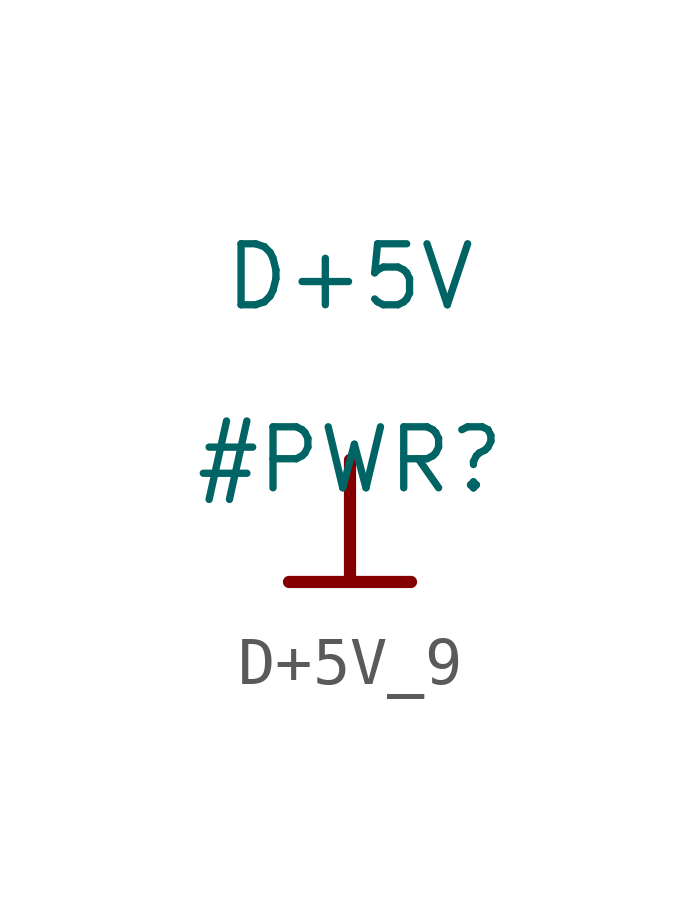
<source format=kicad_sym>
(kicad_symbol_lib
  (version 20241209)
  (generator "kicad_symbol_editor")
  (generator_version "9.0")
  (symbol "D+5V_9"
    (power)
    (property "Reference" "#PWR"
      (at 0 0 0)
      (effects (font (size 1.27 1.27))))
    (property "Value" "D+5V"
      (at 0 3.81 0)
      (effects (font (size 1.27 1.27))))
    (symbol "D+5V_9_0_0"
      (polyline (pts (xy -1.27 -2.54) (xy 1.27 -2.54)) (stroke (width 0.254) (type solid)) (fill (type none)))
      (polyline (pts (xy 0 0) (xy 0 -2.54)) (stroke (width 0.254) (type solid)) (fill (type none))))
    (symbol "D+5V_9_1_0"
      (pin power_out line (at 0 0 0) (length 0) (hide yes) (name "D+5V" (effects (font (size 1.27 1.27)))) (number "" (effects (font (size 1.27 1.27))))))))
</source>
